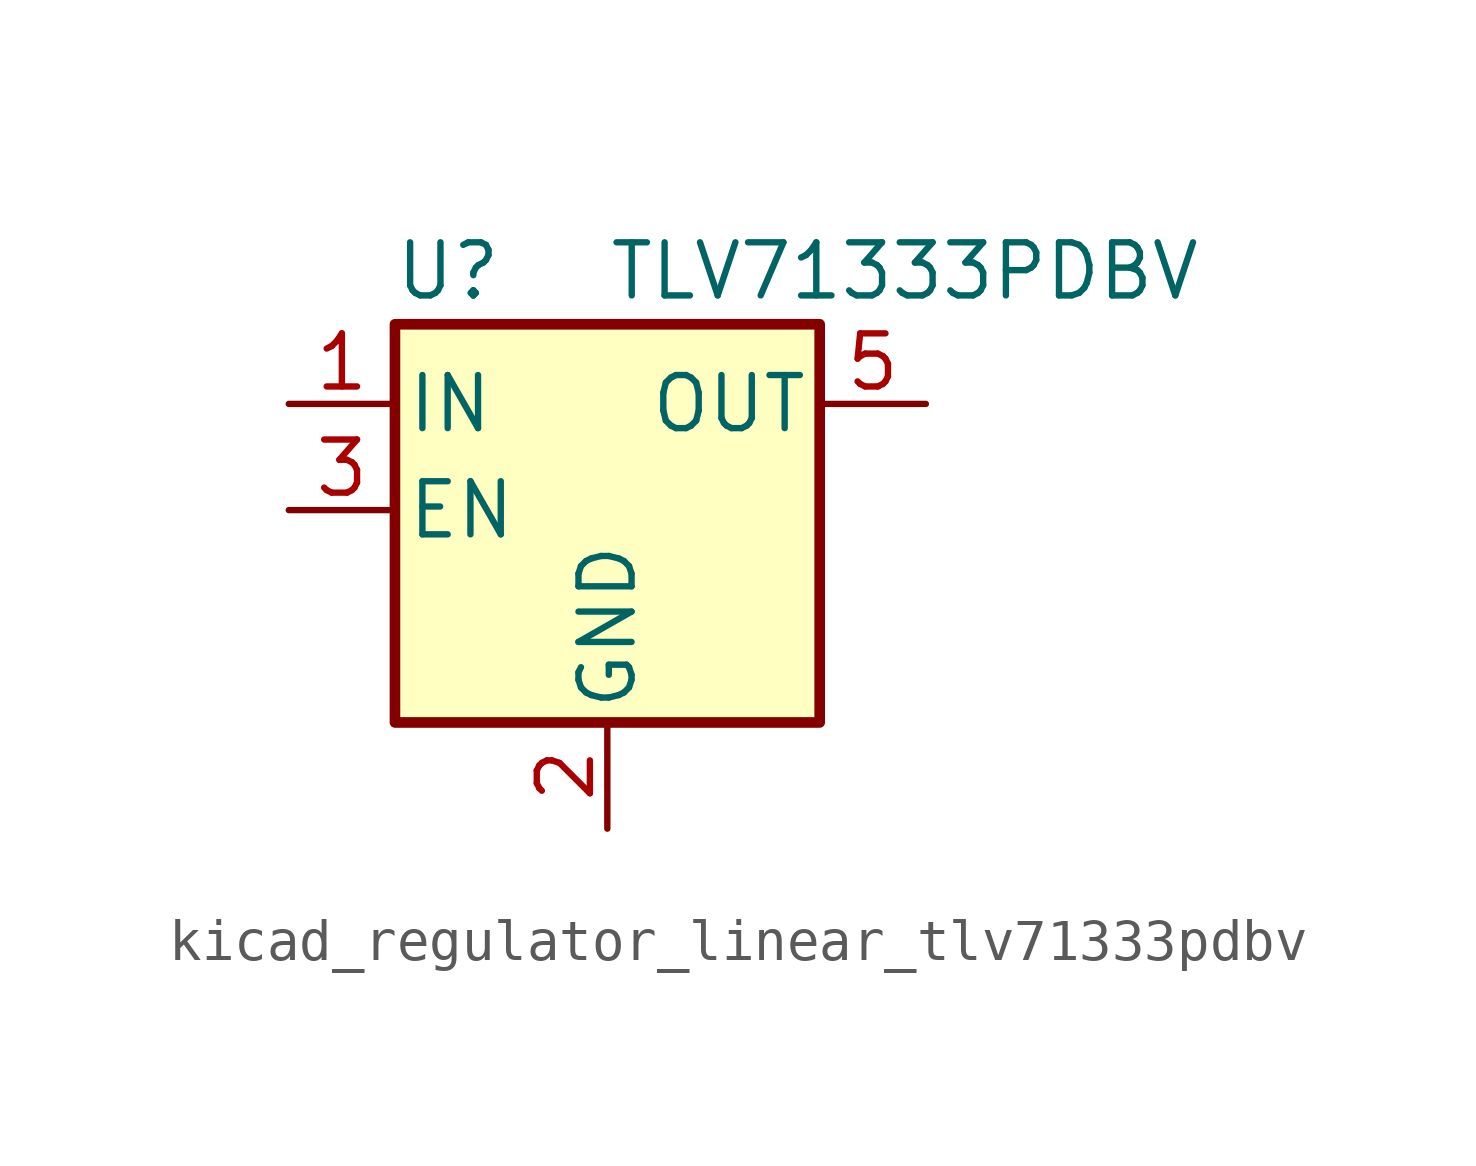
<source format=kicad_sym>
(kicad_symbol_lib
  (version 20220914)
  (generator kicad_symbol_editor)
  (symbol "kicad_regulator_linear_tlv71333pdbv"
    (pin_names
      (offset 0.254))
    (property "Reference" "U"
      (at -3.81 5.715 0)
      (effects (font (size 1.27 1.27))))
    (property "Value" "TLV71333PDBV"
      (at 0 5.715 0)
      (effects (font (size 1.27 1.27)) (justify left)))
    (symbol "kicad_regulator_linear_tlv71333pdbv_0_1"
      (rectangle (start -5.08 4.445) (end 5.08 -5.08) (stroke (width 0.254) (type default)) (fill (type background))))
    (symbol "kicad_regulator_linear_tlv71333pdbv_1_1"
      (pin power_in line (at -7.62 2.54 0) (length 2.54) (name "IN" (effects (font (size 1.27 1.27)))) (number "1" (effects (font (size 1.27 1.27)))))
      (pin power_in line (at 0 -7.62 90) (length 2.54) (name "GND" (effects (font (size 1.27 1.27)))) (number "2" (effects (font (size 1.27 1.27)))))
      (pin input line (at -7.62 0 0) (length 2.54) (name "EN" (effects (font (size 1.27 1.27)))) (number "3" (effects (font (size 1.27 1.27)))))
      (pin no_connect line (at 5.08 0 180) (length 2.54) hide (name "NC" (effects (font (size 1.27 1.27)))) (number "4" (effects (font (size 1.27 1.27)))))
      (pin power_out line (at 7.62 2.54 180) (length 2.54) (name "OUT" (effects (font (size 1.27 1.27)))) (number "5" (effects (font (size 1.27 1.27))))))))
</source>
